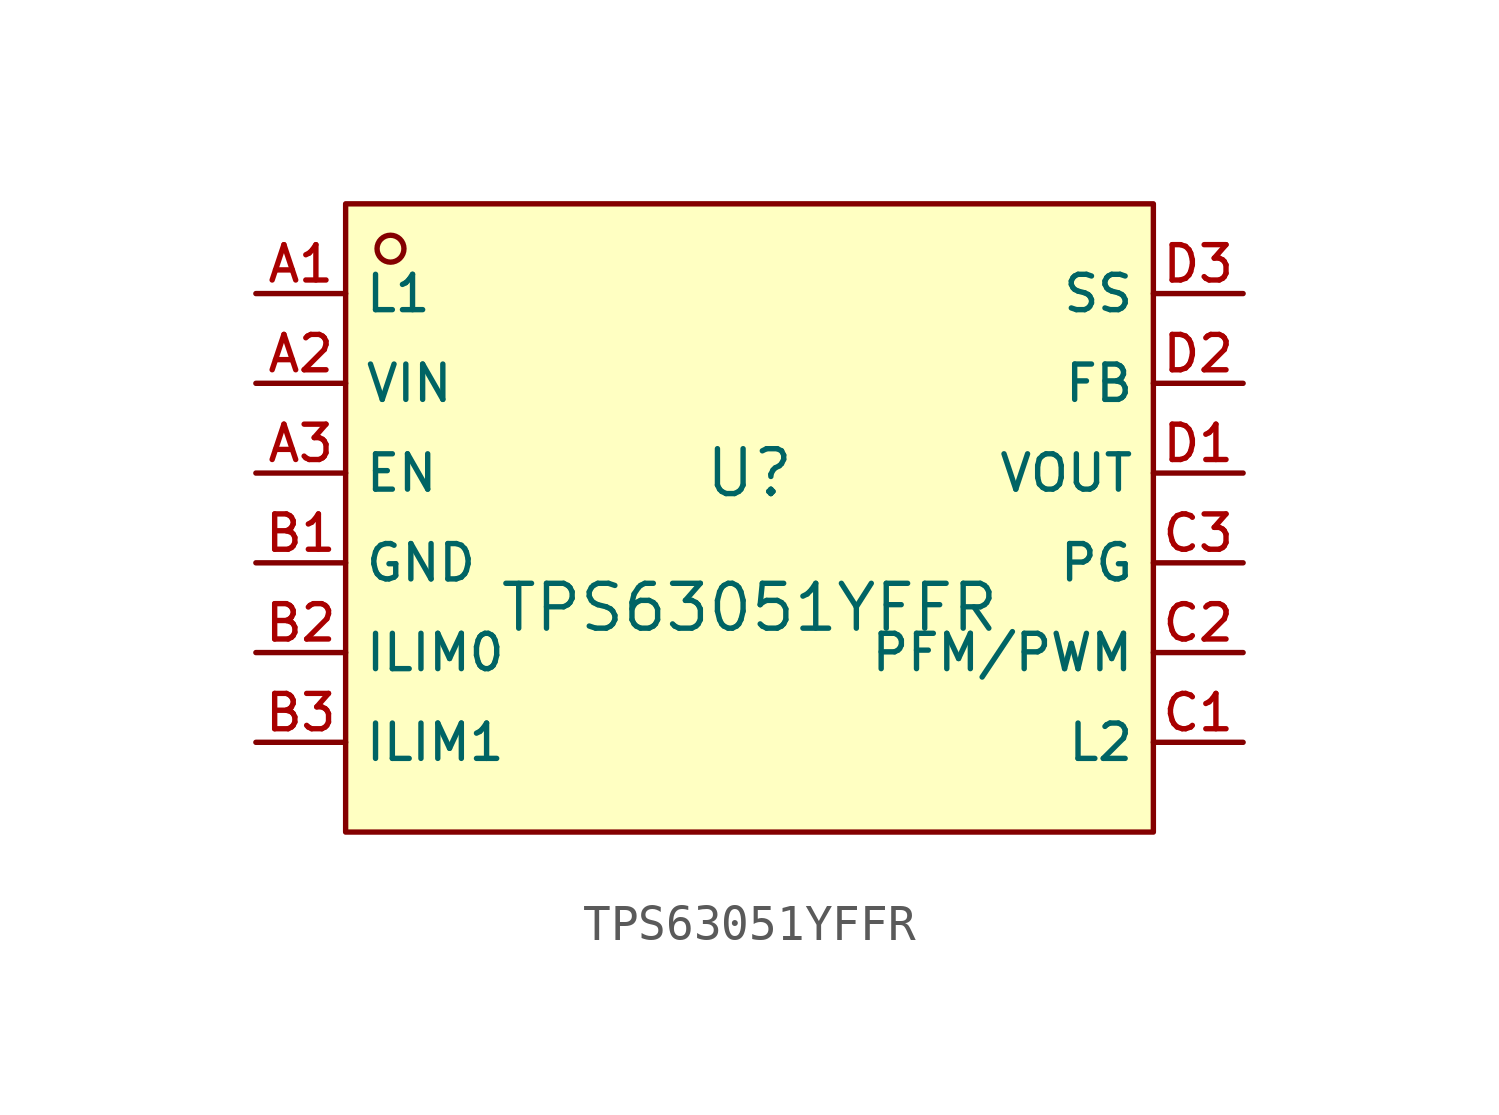
<source format=kicad_sym>
(kicad_symbol_lib
  (version 20210201)
  (generator TousstNicolas/JLC2KiCad_lib)
  (symbol "TPS63051YFFR"
    (property "Reference" "U"
      (at 0 1.27 0)
      (effects (font (size 1.27 1.27))))
    (property "Value" "TPS63051YFFR"
      (at 0 -2.54 0)
      (effects (font (size 1.27 1.27))))
    (symbol "TPS63051YFFR_0_1"
      (rectangle (start -11.43 8.89) (end 11.43 -8.89) (stroke (width 0) (type default) (color 0 0 0 0)) (fill (type background)))
      (circle (center -10.16 7.62) (radius 0.381) (stroke (width 0) (type default) (color 0 0 0 0)) (fill (type background)))
      (pin unspecified line (at -13.97 6.35 0) (length 2.54) (name "L1" (effects (font (size 1 1)))) (number "A1" (effects (font (size 1 1)))))
      (pin unspecified line (at -13.97 3.81 0) (length 2.54) (name "VIN" (effects (font (size 1 1)))) (number "A2" (effects (font (size 1 1)))))
      (pin unspecified line (at -13.97 1.27 0) (length 2.54) (name "EN" (effects (font (size 1 1)))) (number "A3" (effects (font (size 1 1)))))
      (pin unspecified line (at -13.97 -1.27 0) (length 2.54) (name "GND" (effects (font (size 1 1)))) (number "B1" (effects (font (size 1 1)))))
      (pin unspecified line (at -13.97 -3.81 0) (length 2.54) (name "ILIM0" (effects (font (size 1 1)))) (number "B2" (effects (font (size 1 1)))))
      (pin unspecified line (at -13.97 -6.35 0) (length 2.54) (name "ILIM1" (effects (font (size 1 1)))) (number "B3" (effects (font (size 1 1)))))
      (pin unspecified line (at 13.97 -6.35 180) (length 2.54) (name "L2" (effects (font (size 1 1)))) (number "C1" (effects (font (size 1 1)))))
      (pin unspecified line (at 13.97 -3.81 180) (length 2.54) (name "PFM/PWM" (effects (font (size 1 1)))) (number "C2" (effects (font (size 1 1)))))
      (pin unspecified line (at 13.97 -1.27 180) (length 2.54) (name "PG" (effects (font (size 1 1)))) (number "C3" (effects (font (size 1 1)))))
      (pin unspecified line (at 13.97 1.27 180) (length 2.54) (name "VOUT" (effects (font (size 1 1)))) (number "D1" (effects (font (size 1 1)))))
      (pin unspecified line (at 13.97 3.81 180) (length 2.54) (name "FB" (effects (font (size 1 1)))) (number "D2" (effects (font (size 1 1)))))
      (pin unspecified line (at 13.97 6.35 180) (length 2.54) (name "SS" (effects (font (size 1 1)))) (number "D3" (effects (font (size 1 1))))))))
</source>
